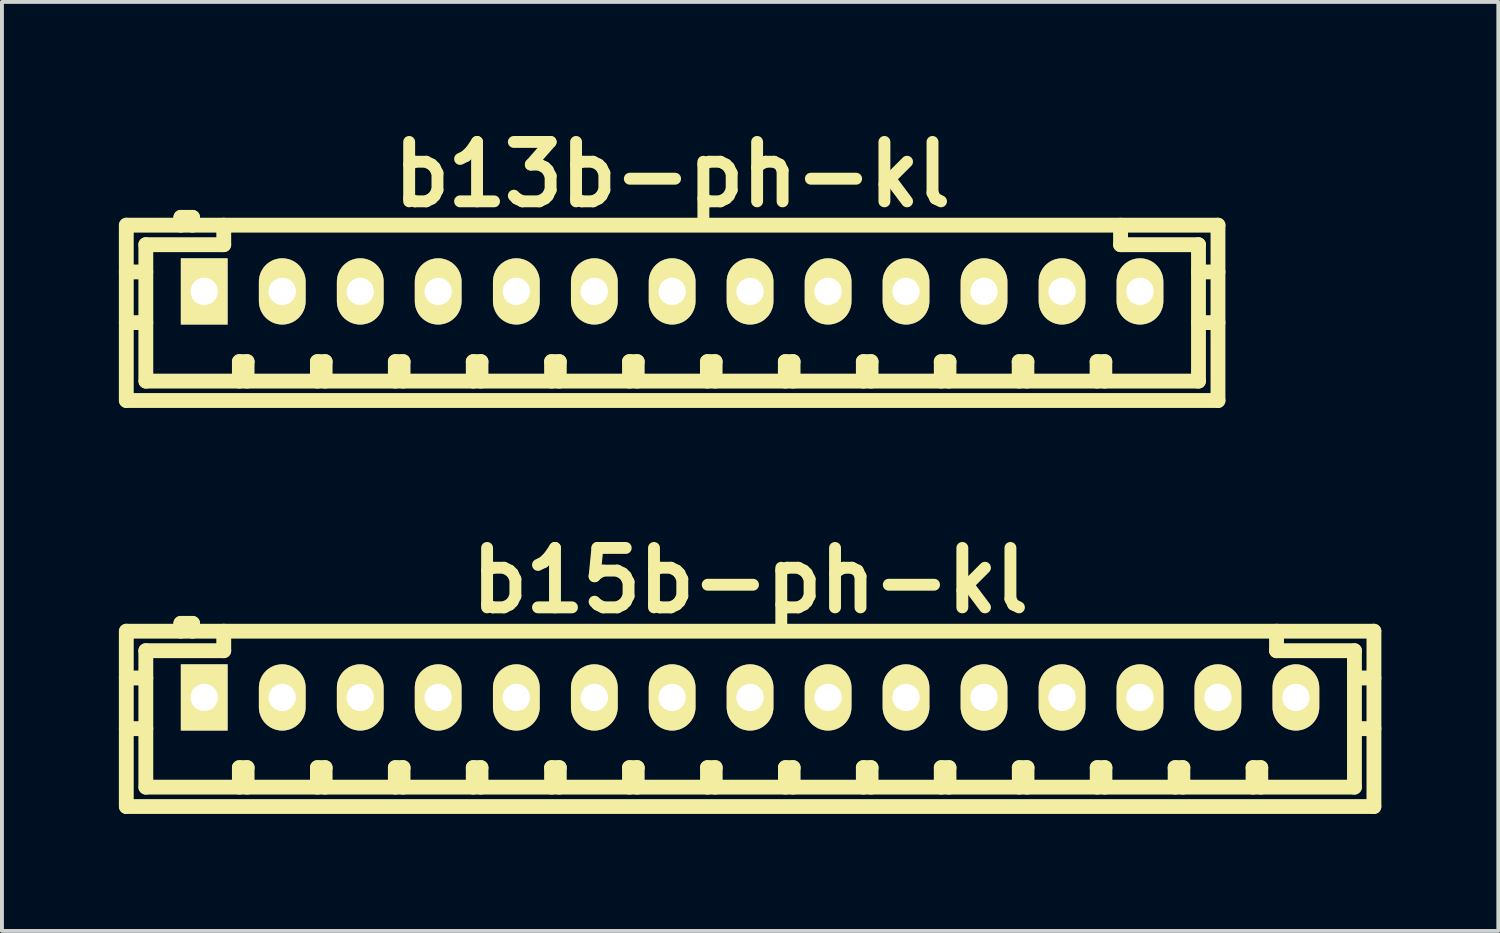
<source format=kicad_pcb>
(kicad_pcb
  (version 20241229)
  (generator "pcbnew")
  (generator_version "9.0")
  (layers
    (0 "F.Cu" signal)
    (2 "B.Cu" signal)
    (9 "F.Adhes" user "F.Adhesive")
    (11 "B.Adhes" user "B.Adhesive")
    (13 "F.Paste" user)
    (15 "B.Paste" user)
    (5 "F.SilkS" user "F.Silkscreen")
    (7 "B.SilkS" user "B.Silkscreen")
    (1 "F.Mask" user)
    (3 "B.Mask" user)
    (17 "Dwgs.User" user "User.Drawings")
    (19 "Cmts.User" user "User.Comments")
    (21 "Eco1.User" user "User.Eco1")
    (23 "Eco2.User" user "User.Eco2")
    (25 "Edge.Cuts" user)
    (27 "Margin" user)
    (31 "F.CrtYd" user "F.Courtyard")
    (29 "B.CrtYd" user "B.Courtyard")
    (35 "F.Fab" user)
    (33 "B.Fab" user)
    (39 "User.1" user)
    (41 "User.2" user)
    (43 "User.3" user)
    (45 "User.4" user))
  (footprint "b15b-ph-kl"
    (layer "F.Cu")
    (at 16.195 14.842)
    (property "Reference" "b15b-ph-kl" (at 0 -3 0) (layer "F.SilkS") (effects (font (size 1.524 1.524) (thickness 0.305))))
    (attr through_hole)
    (fp_line (start -16.005 -1.699) (end -16.005 2.799) (stroke (width 0.381) (type solid)) (layer "F.SilkS"))
    (fp_line (start -15.504 -1.199) (end -15.504 2.301) (stroke (width 0.381) (type solid)) (layer "F.SilkS"))
    (fp_line (start -15.504 -0.5) (end -16.005 -0.5) (stroke (width 0.381) (type solid)) (layer "F.SilkS"))
    (fp_line (start -15.504 0.8) (end -16.005 0.8) (stroke (width 0.381) (type solid)) (layer "F.SilkS"))
    (fp_line (start -15.499 2.301) (end 15.499 2.301) (stroke (width 0.381) (type solid)) (layer "F.SilkS"))
    (fp_line (start -14.605 -1.9) (end -14.605 -1.699) (stroke (width 0.381) (type solid)) (layer "F.SilkS"))
    (fp_line (start -14.305 -1.9) (end -14.605 -1.9) (stroke (width 0.381) (type solid)) (layer "F.SilkS"))
    (fp_line (start -14.305 -1.699) (end -14.305 -1.9) (stroke (width 0.381) (type solid)) (layer "F.SilkS"))
    (fp_line (start -13.505 -1.699) (end -13.505 -1.199) (stroke (width 0.381) (type solid)) (layer "F.SilkS"))
    (fp_line (start -13.505 -1.199) (end -15.504 -1.199) (stroke (width 0.381) (type solid)) (layer "F.SilkS"))
    (fp_line (start -13.104 1.801) (end -12.906 1.801) (stroke (width 0.381) (type solid)) (layer "F.SilkS"))
    (fp_line (start -13.104 2.301) (end -13.104 1.801) (stroke (width 0.381) (type solid)) (layer "F.SilkS"))
    (fp_line (start -12.906 1.801) (end -12.906 2.301) (stroke (width 0.381) (type solid)) (layer "F.SilkS"))
    (fp_line (start -11.102 1.801) (end -10.904 1.801) (stroke (width 0.381) (type solid)) (layer "F.SilkS"))
    (fp_line (start -11.102 2.301) (end -11.102 1.801) (stroke (width 0.381) (type solid)) (layer "F.SilkS"))
    (fp_line (start -10.904 1.801) (end -10.904 2.301) (stroke (width 0.381) (type solid)) (layer "F.SilkS"))
    (fp_line (start -9.103 1.801) (end -8.905 1.801) (stroke (width 0.381) (type solid)) (layer "F.SilkS"))
    (fp_line (start -9.103 2.301) (end -9.103 1.801) (stroke (width 0.381) (type solid)) (layer "F.SilkS"))
    (fp_line (start -8.905 1.801) (end -8.905 2.301) (stroke (width 0.381) (type solid)) (layer "F.SilkS"))
    (fp_line (start -7.104 1.801) (end -6.906 1.801) (stroke (width 0.381) (type solid)) (layer "F.SilkS"))
    (fp_line (start -7.104 2.301) (end -7.104 1.801) (stroke (width 0.381) (type solid)) (layer "F.SilkS"))
    (fp_line (start -6.906 1.801) (end -6.906 2.301) (stroke (width 0.381) (type solid)) (layer "F.SilkS"))
    (fp_line (start -5.095 1.801) (end -4.897 1.801) (stroke (width 0.381) (type solid)) (layer "F.SilkS"))
    (fp_line (start -5.095 2.301) (end -5.095 1.801) (stroke (width 0.381) (type solid)) (layer "F.SilkS"))
    (fp_line (start -4.897 1.801) (end -4.897 2.301) (stroke (width 0.381) (type solid)) (layer "F.SilkS"))
    (fp_line (start -3.096 1.801) (end -2.898 1.801) (stroke (width 0.381) (type solid)) (layer "F.SilkS"))
    (fp_line (start -3.096 2.301) (end -3.096 1.801) (stroke (width 0.381) (type solid)) (layer "F.SilkS"))
    (fp_line (start -2.898 1.801) (end -2.898 2.301) (stroke (width 0.381) (type solid)) (layer "F.SilkS"))
    (fp_line (start -1.095 1.801) (end -0.897 1.801) (stroke (width 0.381) (type solid)) (layer "F.SilkS"))
    (fp_line (start -1.095 2.301) (end -1.095 1.801) (stroke (width 0.381) (type solid)) (layer "F.SilkS"))
    (fp_line (start -0.897 1.801) (end -0.897 2.301) (stroke (width 0.381) (type solid)) (layer "F.SilkS"))
    (fp_line (start 0.904 1.801) (end 1.102 1.801) (stroke (width 0.381) (type solid)) (layer "F.SilkS"))
    (fp_line (start 0.904 2.301) (end 0.904 1.801) (stroke (width 0.381) (type solid)) (layer "F.SilkS"))
    (fp_line (start 1.102 1.801) (end 1.102 2.301) (stroke (width 0.381) (type solid)) (layer "F.SilkS"))
    (fp_line (start 2.903 1.801) (end 3.101 1.801) (stroke (width 0.381) (type solid)) (layer "F.SilkS"))
    (fp_line (start 2.903 2.301) (end 2.903 1.801) (stroke (width 0.381) (type solid)) (layer "F.SilkS"))
    (fp_line (start 3.101 1.801) (end 3.101 2.301) (stroke (width 0.381) (type solid)) (layer "F.SilkS"))
    (fp_line (start 4.902 1.801) (end 5.1 1.801) (stroke (width 0.381) (type solid)) (layer "F.SilkS"))
    (fp_line (start 4.902 2.301) (end 4.902 1.801) (stroke (width 0.381) (type solid)) (layer "F.SilkS"))
    (fp_line (start 5.1 1.801) (end 5.1 2.301) (stroke (width 0.381) (type solid)) (layer "F.SilkS"))
    (fp_line (start 6.904 1.801) (end 7.102 1.801) (stroke (width 0.381) (type solid)) (layer "F.SilkS"))
    (fp_line (start 6.904 2.301) (end 6.904 1.801) (stroke (width 0.381) (type solid)) (layer "F.SilkS"))
    (fp_line (start 7.102 1.801) (end 7.102 2.301) (stroke (width 0.381) (type solid)) (layer "F.SilkS"))
    (fp_line (start 8.903 1.801) (end 9.101 1.801) (stroke (width 0.381) (type solid)) (layer "F.SilkS"))
    (fp_line (start 8.903 2.301) (end 8.903 1.801) (stroke (width 0.381) (type solid)) (layer "F.SilkS"))
    (fp_line (start 9.101 1.801) (end 9.101 2.301) (stroke (width 0.381) (type solid)) (layer "F.SilkS"))
    (fp_line (start 10.902 1.801) (end 11.1 1.801) (stroke (width 0.381) (type solid)) (layer "F.SilkS"))
    (fp_line (start 10.902 2.301) (end 10.902 1.801) (stroke (width 0.381) (type solid)) (layer "F.SilkS"))
    (fp_line (start 11.1 1.801) (end 11.1 2.301) (stroke (width 0.381) (type solid)) (layer "F.SilkS"))
    (fp_line (start 12.901 1.801) (end 13.099 1.801) (stroke (width 0.381) (type solid)) (layer "F.SilkS"))
    (fp_line (start 12.901 2.301) (end 12.901 1.801) (stroke (width 0.381) (type solid)) (layer "F.SilkS"))
    (fp_line (start 13.099 1.801) (end 13.099 2.301) (stroke (width 0.381) (type solid)) (layer "F.SilkS"))
    (fp_line (start 13.503 -1.199) (end 13.503 -1.699) (stroke (width 0.381) (type solid)) (layer "F.SilkS"))
    (fp_line (start 15.502 -1.199) (end 13.503 -1.199) (stroke (width 0.381) (type solid)) (layer "F.SilkS"))
    (fp_line (start 15.502 0.8) (end 16.002 0.8) (stroke (width 0.381) (type solid)) (layer "F.SilkS"))
    (fp_line (start 15.502 2.301) (end 15.502 -1.199) (stroke (width 0.381) (type solid)) (layer "F.SilkS"))
    (fp_line (start 15.999 -1.699) (end -15.999 -1.699) (stroke (width 0.381) (type solid)) (layer "F.SilkS"))
    (fp_line (start 15.999 2.799) (end -15.999 2.799) (stroke (width 0.381) (type solid)) (layer "F.SilkS"))
    (fp_line (start 16.002 -1.699) (end 16.002 2.799) (stroke (width 0.381) (type solid)) (layer "F.SilkS"))
    (fp_line (start 16.002 -0.5) (end 15.502 -0.5) (stroke (width 0.381) (type solid)) (layer "F.SilkS"))
    (pad "1" thru_hole rect (at -14.006 0) (size 1.199 1.699) (drill 0.701) (layers "*.Cu" "*.Mask" "F.SilkS"))
    (pad "2" thru_hole oval (at -12.004 0) (size 1.199 1.699) (drill 0.701) (layers "*.Cu" "*.Mask" "F.SilkS"))
    (pad "3" thru_hole oval (at -10.003 0) (size 1.199 1.699) (drill 0.701) (layers "*.Cu" "*.Mask" "F.SilkS"))
    (pad "4" thru_hole oval (at -8.004 0) (size 1.199 1.699) (drill 0.701) (layers "*.Cu" "*.Mask" "F.SilkS"))
    (pad "5" thru_hole oval (at -5.999 0) (size 1.199 1.699) (drill 0.701) (layers "*.Cu" "*.Mask" "F.SilkS"))
    (pad "6" thru_hole oval (at -3.998 0) (size 1.199 1.699) (drill 0.701) (layers "*.Cu" "*.Mask" "F.SilkS"))
    (pad "7" thru_hole oval (at -2.002 0) (size 1.199 1.699) (drill 0.701) (layers "*.Cu" "*.Mask" "F.SilkS"))
    (pad "8" thru_hole oval (at -0.003 0) (size 1.199 1.699) (drill 0.701) (layers "*.Cu" "*.Mask" "F.SilkS"))
    (pad "9" thru_hole oval (at 1.999 0) (size 1.199 1.699) (drill 0.701) (layers "*.Cu" "*.Mask" "F.SilkS"))
    (pad "10" thru_hole oval (at 3.998 0) (size 1.199 1.699) (drill 0.701) (layers "*.Cu" "*.Mask" "F.SilkS"))
    (pad "11" thru_hole oval (at 5.999 0) (size 1.199 1.699) (drill 0.701) (layers "*.Cu" "*.Mask" "F.SilkS"))
    (pad "12" thru_hole oval (at 8.001 0) (size 1.199 1.699) (drill 0.701) (layers "*.Cu" "*.Mask" "F.SilkS"))
    (pad "13" thru_hole oval (at 10 0) (size 1.199 1.699) (drill 0.701) (layers "*.Cu" "*.Mask" "F.SilkS"))
    (pad "14" thru_hole oval (at 11.999 0) (size 1.199 1.699) (drill 0.701) (layers "*.Cu" "*.Mask" "F.SilkS"))
    (pad "15" thru_hole oval (at 14 0) (size 1.199 1.699) (drill 0.701) (layers "*.Cu" "*.Mask" "F.SilkS")))
  (footprint "b13b-ph-kl"
    (layer "F.Cu")
    (at 14.196 4.426)
    (property "Reference" "b13b-ph-kl" (at 0 -3 0) (layer "F.SilkS") (effects (font (size 1.524 1.524) (thickness 0.305))))
    (attr through_hole)
    (fp_line (start -14.006 -1.699) (end -14.006 2.799) (stroke (width 0.381) (type solid)) (layer "F.SilkS"))
    (fp_line (start -13.505 -1.199) (end -13.505 2.301) (stroke (width 0.381) (type solid)) (layer "F.SilkS"))
    (fp_line (start -13.505 -0.5) (end -14.006 -0.5) (stroke (width 0.381) (type solid)) (layer "F.SilkS"))
    (fp_line (start -13.505 0.8) (end -14.006 0.8) (stroke (width 0.381) (type solid)) (layer "F.SilkS"))
    (fp_line (start -13.5 2.301) (end 13.5 2.301) (stroke (width 0.381) (type solid)) (layer "F.SilkS"))
    (fp_line (start -12.606 -1.9) (end -12.606 -1.699) (stroke (width 0.381) (type solid)) (layer "F.SilkS"))
    (fp_line (start -12.306 -1.9) (end -12.606 -1.9) (stroke (width 0.381) (type solid)) (layer "F.SilkS"))
    (fp_line (start -12.306 -1.699) (end -12.306 -1.9) (stroke (width 0.381) (type solid)) (layer "F.SilkS"))
    (fp_line (start -11.506 -1.699) (end -11.506 -1.199) (stroke (width 0.381) (type solid)) (layer "F.SilkS"))
    (fp_line (start -11.506 -1.199) (end -13.505 -1.199) (stroke (width 0.381) (type solid)) (layer "F.SilkS"))
    (fp_line (start -11.105 1.801) (end -10.907 1.801) (stroke (width 0.381) (type solid)) (layer "F.SilkS"))
    (fp_line (start -11.105 2.301) (end -11.105 1.801) (stroke (width 0.381) (type solid)) (layer "F.SilkS"))
    (fp_line (start -10.907 1.801) (end -10.907 2.301) (stroke (width 0.381) (type solid)) (layer "F.SilkS"))
    (fp_line (start -9.103 1.801) (end -8.905 1.801) (stroke (width 0.381) (type solid)) (layer "F.SilkS"))
    (fp_line (start -9.103 2.301) (end -9.103 1.801) (stroke (width 0.381) (type solid)) (layer "F.SilkS"))
    (fp_line (start -8.905 1.801) (end -8.905 2.301) (stroke (width 0.381) (type solid)) (layer "F.SilkS"))
    (fp_line (start -7.104 1.801) (end -6.906 1.801) (stroke (width 0.381) (type solid)) (layer "F.SilkS"))
    (fp_line (start -7.104 2.301) (end -7.104 1.801) (stroke (width 0.381) (type solid)) (layer "F.SilkS"))
    (fp_line (start -6.906 1.801) (end -6.906 2.301) (stroke (width 0.381) (type solid)) (layer "F.SilkS"))
    (fp_line (start -5.105 1.801) (end -4.907 1.801) (stroke (width 0.381) (type solid)) (layer "F.SilkS"))
    (fp_line (start -5.105 2.301) (end -5.105 1.801) (stroke (width 0.381) (type solid)) (layer "F.SilkS"))
    (fp_line (start -4.907 1.801) (end -4.907 2.301) (stroke (width 0.381) (type solid)) (layer "F.SilkS"))
    (fp_line (start -3.096 1.801) (end -2.898 1.801) (stroke (width 0.381) (type solid)) (layer "F.SilkS"))
    (fp_line (start -3.096 2.301) (end -3.096 1.801) (stroke (width 0.381) (type solid)) (layer "F.SilkS"))
    (fp_line (start -2.898 1.801) (end -2.898 2.301) (stroke (width 0.381) (type solid)) (layer "F.SilkS"))
    (fp_line (start -1.097 1.801) (end -0.899 1.801) (stroke (width 0.381) (type solid)) (layer "F.SilkS"))
    (fp_line (start -1.097 2.301) (end -1.097 1.801) (stroke (width 0.381) (type solid)) (layer "F.SilkS"))
    (fp_line (start -0.899 1.801) (end -0.899 2.301) (stroke (width 0.381) (type solid)) (layer "F.SilkS"))
    (fp_line (start 0.902 1.801) (end 1.1 1.801) (stroke (width 0.381) (type solid)) (layer "F.SilkS"))
    (fp_line (start 0.902 2.301) (end 0.902 1.801) (stroke (width 0.381) (type solid)) (layer "F.SilkS"))
    (fp_line (start 1.1 1.801) (end 1.1 2.301) (stroke (width 0.381) (type solid)) (layer "F.SilkS"))
    (fp_line (start 2.901 1.801) (end 3.099 1.801) (stroke (width 0.381) (type solid)) (layer "F.SilkS"))
    (fp_line (start 2.901 2.301) (end 2.901 1.801) (stroke (width 0.381) (type solid)) (layer "F.SilkS"))
    (fp_line (start 3.099 1.801) (end 3.099 2.301) (stroke (width 0.381) (type solid)) (layer "F.SilkS"))
    (fp_line (start 4.902 1.801) (end 5.1 1.801) (stroke (width 0.381) (type solid)) (layer "F.SilkS"))
    (fp_line (start 4.902 2.301) (end 4.902 1.801) (stroke (width 0.381) (type solid)) (layer "F.SilkS"))
    (fp_line (start 5.1 1.801) (end 5.1 2.301) (stroke (width 0.381) (type solid)) (layer "F.SilkS"))
    (fp_line (start 6.901 1.801) (end 7.099 1.801) (stroke (width 0.381) (type solid)) (layer "F.SilkS"))
    (fp_line (start 6.901 2.301) (end 6.901 1.801) (stroke (width 0.381) (type solid)) (layer "F.SilkS"))
    (fp_line (start 7.099 1.801) (end 7.099 2.301) (stroke (width 0.381) (type solid)) (layer "F.SilkS"))
    (fp_line (start 8.9 1.801) (end 9.098 1.801) (stroke (width 0.381) (type solid)) (layer "F.SilkS"))
    (fp_line (start 8.9 2.301) (end 8.9 1.801) (stroke (width 0.381) (type solid)) (layer "F.SilkS"))
    (fp_line (start 9.098 1.801) (end 9.098 2.301) (stroke (width 0.381) (type solid)) (layer "F.SilkS"))
    (fp_line (start 10.899 1.801) (end 11.097 1.801) (stroke (width 0.381) (type solid)) (layer "F.SilkS"))
    (fp_line (start 10.899 2.301) (end 10.899 1.801) (stroke (width 0.381) (type solid)) (layer "F.SilkS"))
    (fp_line (start 11.097 1.801) (end 11.097 2.301) (stroke (width 0.381) (type solid)) (layer "F.SilkS"))
    (fp_line (start 11.501 -1.199) (end 11.501 -1.699) (stroke (width 0.381) (type solid)) (layer "F.SilkS"))
    (fp_line (start 13.5 -1.199) (end 11.501 -1.199) (stroke (width 0.381) (type solid)) (layer "F.SilkS"))
    (fp_line (start 13.5 0.8) (end 14 0.8) (stroke (width 0.381) (type solid)) (layer "F.SilkS"))
    (fp_line (start 13.5 2.301) (end 13.5 -1.199) (stroke (width 0.381) (type solid)) (layer "F.SilkS"))
    (fp_line (start 14 -1.699) (end -14 -1.699) (stroke (width 0.381) (type solid)) (layer "F.SilkS"))
    (fp_line (start 14 -1.699) (end 14 2.799) (stroke (width 0.381) (type solid)) (layer "F.SilkS"))
    (fp_line (start 14 -0.5) (end 13.5 -0.5) (stroke (width 0.381) (type solid)) (layer "F.SilkS"))
    (fp_line (start 14 2.799) (end -14 2.799) (stroke (width 0.381) (type solid)) (layer "F.SilkS"))
    (pad "1" thru_hole rect (at -12.007 0) (size 1.199 1.699) (drill 0.701) (layers "*.Cu" "*.Mask" "F.SilkS"))
    (pad "2" thru_hole oval (at -10.005 0) (size 1.199 1.699) (drill 0.701) (layers "*.Cu" "*.Mask" "F.SilkS"))
    (pad "3" thru_hole oval (at -8.004 0) (size 1.199 1.699) (drill 0.701) (layers "*.Cu" "*.Mask" "F.SilkS"))
    (pad "4" thru_hole oval (at -6.005 0) (size 1.199 1.699) (drill 0.701) (layers "*.Cu" "*.Mask" "F.SilkS"))
    (pad "5" thru_hole oval (at -4 0) (size 1.199 1.699) (drill 0.701) (layers "*.Cu" "*.Mask" "F.SilkS"))
    (pad "6" thru_hole oval (at -1.999 0) (size 1.199 1.699) (drill 0.701) (layers "*.Cu" "*.Mask" "F.SilkS"))
    (pad "7" thru_hole oval (at -0.003 0) (size 1.199 1.699) (drill 0.701) (layers "*.Cu" "*.Mask" "F.SilkS"))
    (pad "8" thru_hole oval (at 1.996 0) (size 1.199 1.699) (drill 0.701) (layers "*.Cu" "*.Mask" "F.SilkS"))
    (pad "9" thru_hole oval (at 3.998 0) (size 1.199 1.699) (drill 0.701) (layers "*.Cu" "*.Mask" "F.SilkS"))
    (pad "10" thru_hole oval (at 5.997 0) (size 1.199 1.699) (drill 0.701) (layers "*.Cu" "*.Mask" "F.SilkS"))
    (pad "11" thru_hole oval (at 7.998 0) (size 1.199 1.699) (drill 0.701) (layers "*.Cu" "*.Mask" "F.SilkS"))
    (pad "12" thru_hole oval (at 10 0) (size 1.199 1.699) (drill 0.701) (layers "*.Cu" "*.Mask" "F.SilkS"))
    (pad "13" thru_hole oval (at 11.999 0) (size 1.199 1.699) (drill 0.701) (layers "*.Cu" "*.Mask" "F.SilkS")))
  (gr_rect
    (start -3 -3)
    (end 35.388 20.832)
    (stroke (width 0.1) (type default))
    (fill no)
    (layer "Edge.Cuts")))
</source>
